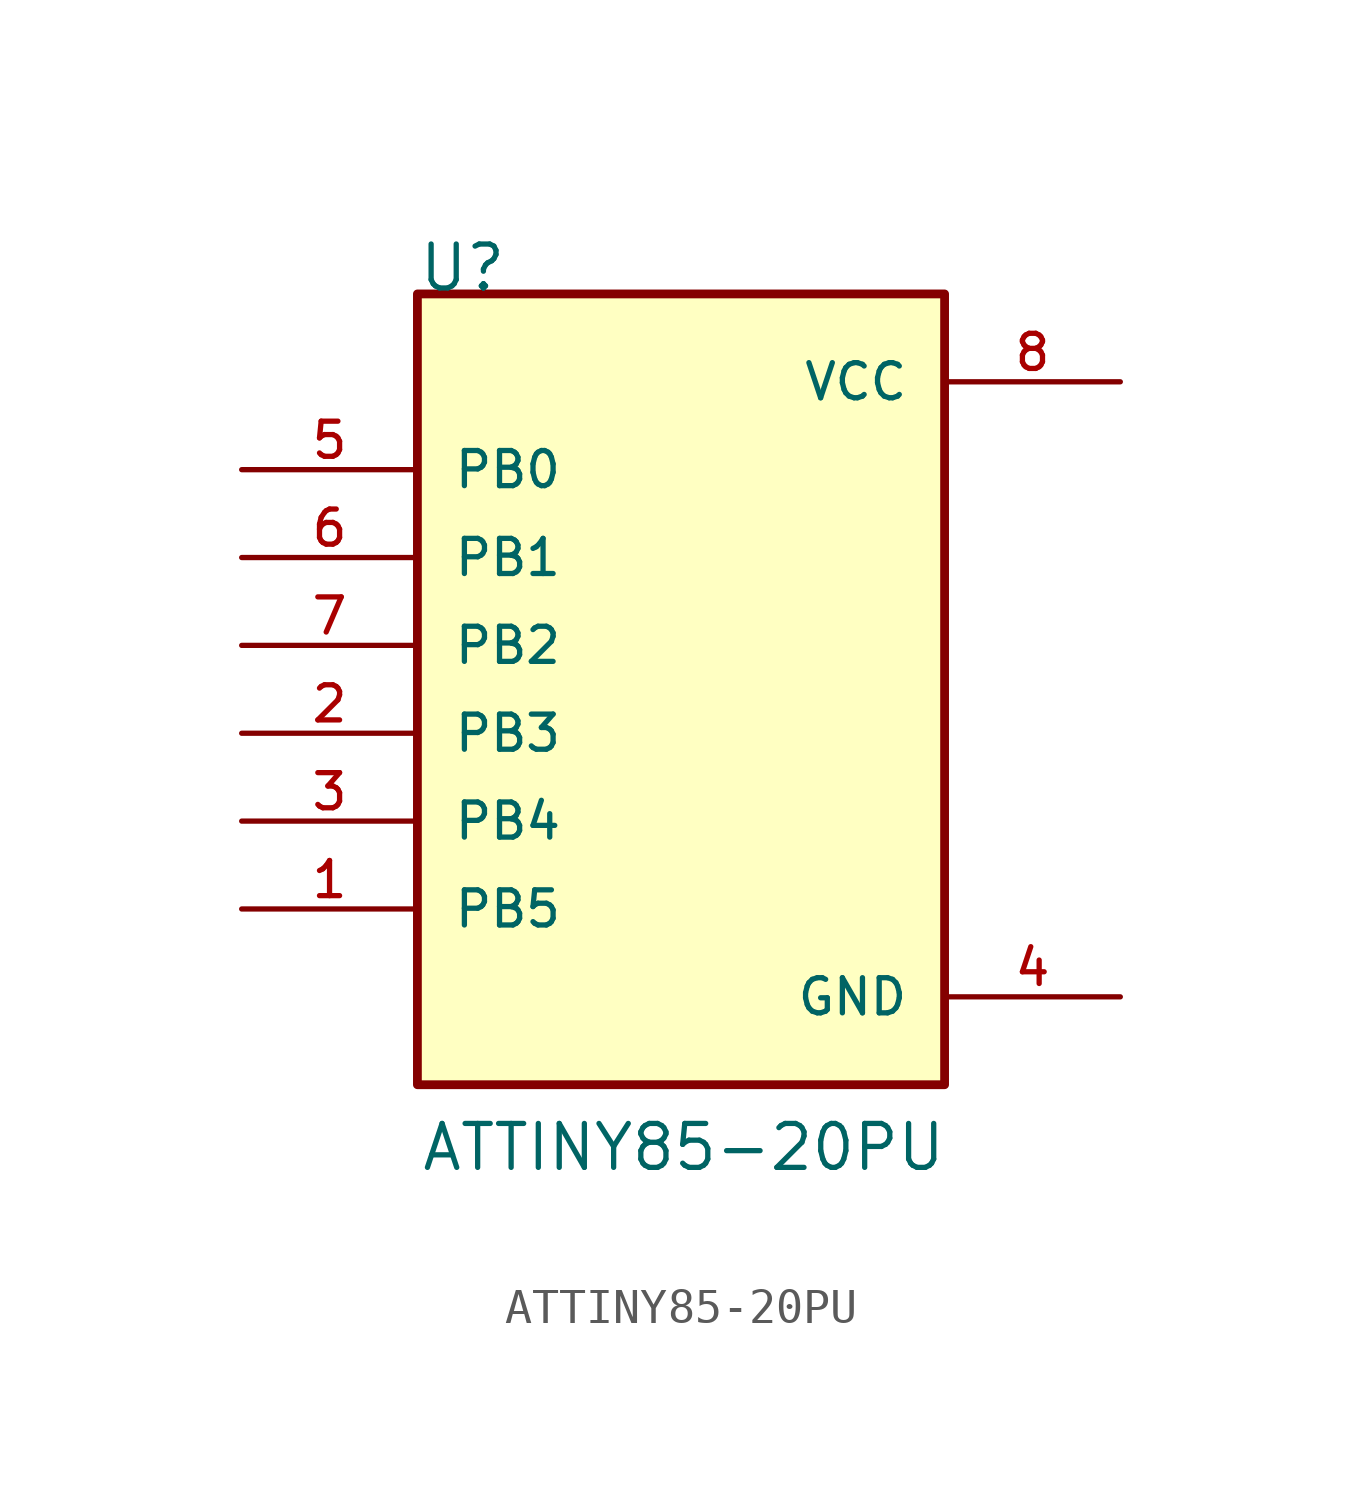
<source format=kicad_sym>
(kicad_symbol_lib
  (version 20211014)
  (generator kicad_symbol_editor)
  (symbol "ATTINY85-20PU"
    (pin_names
      (offset 1.016))
    (property "Reference" "U"
      (at -7.626 11.44 0)
      (effects (font (size 1.27 1.27)) (justify bottom left)))
    (property "Value" "ATTINY85-20PU"
      (at -7.551 -13.983 0.0)
      (effects (font (size 1.27 1.27)) (justify bottom left)))
    (symbol "ATTINY85-20PU_0_0"
      (rectangle (start -7.62 -11.43) (end 7.62 11.43) (stroke (width 0.254)) (fill (type background)))
      (pin power_in line (at 12.7 8.89 180.0) (length 5.08) (name "VCC" (effects (font (size 1.016 1.016)))) (number "8" (effects (font (size 1.016 1.016)))))
      (pin bidirectional line (at -12.7 -1.27 0) (length 5.08) (name "PB3" (effects (font (size 1.016 1.016)))) (number "2" (effects (font (size 1.016 1.016)))))
      (pin bidirectional line (at -12.7 -3.81 0) (length 5.08) (name "PB4" (effects (font (size 1.016 1.016)))) (number "3" (effects (font (size 1.016 1.016)))))
      (pin bidirectional line (at -12.7 -6.35 0) (length 5.08) (name "PB5" (effects (font (size 1.016 1.016)))) (number "1" (effects (font (size 1.016 1.016)))))
      (pin power_in line (at 12.7 -8.89 180.0) (length 5.08) (name "GND" (effects (font (size 1.016 1.016)))) (number "4" (effects (font (size 1.016 1.016)))))
      (pin bidirectional line (at -12.7 6.35 0) (length 5.08) (name "PB0" (effects (font (size 1.016 1.016)))) (number "5" (effects (font (size 1.016 1.016)))))
      (pin bidirectional line (at -12.7 3.81 0) (length 5.08) (name "PB1" (effects (font (size 1.016 1.016)))) (number "6" (effects (font (size 1.016 1.016)))))
      (pin bidirectional line (at -12.7 1.27 0) (length 5.08) (name "PB2" (effects (font (size 1.016 1.016)))) (number "7" (effects (font (size 1.016 1.016))))))))
</source>
